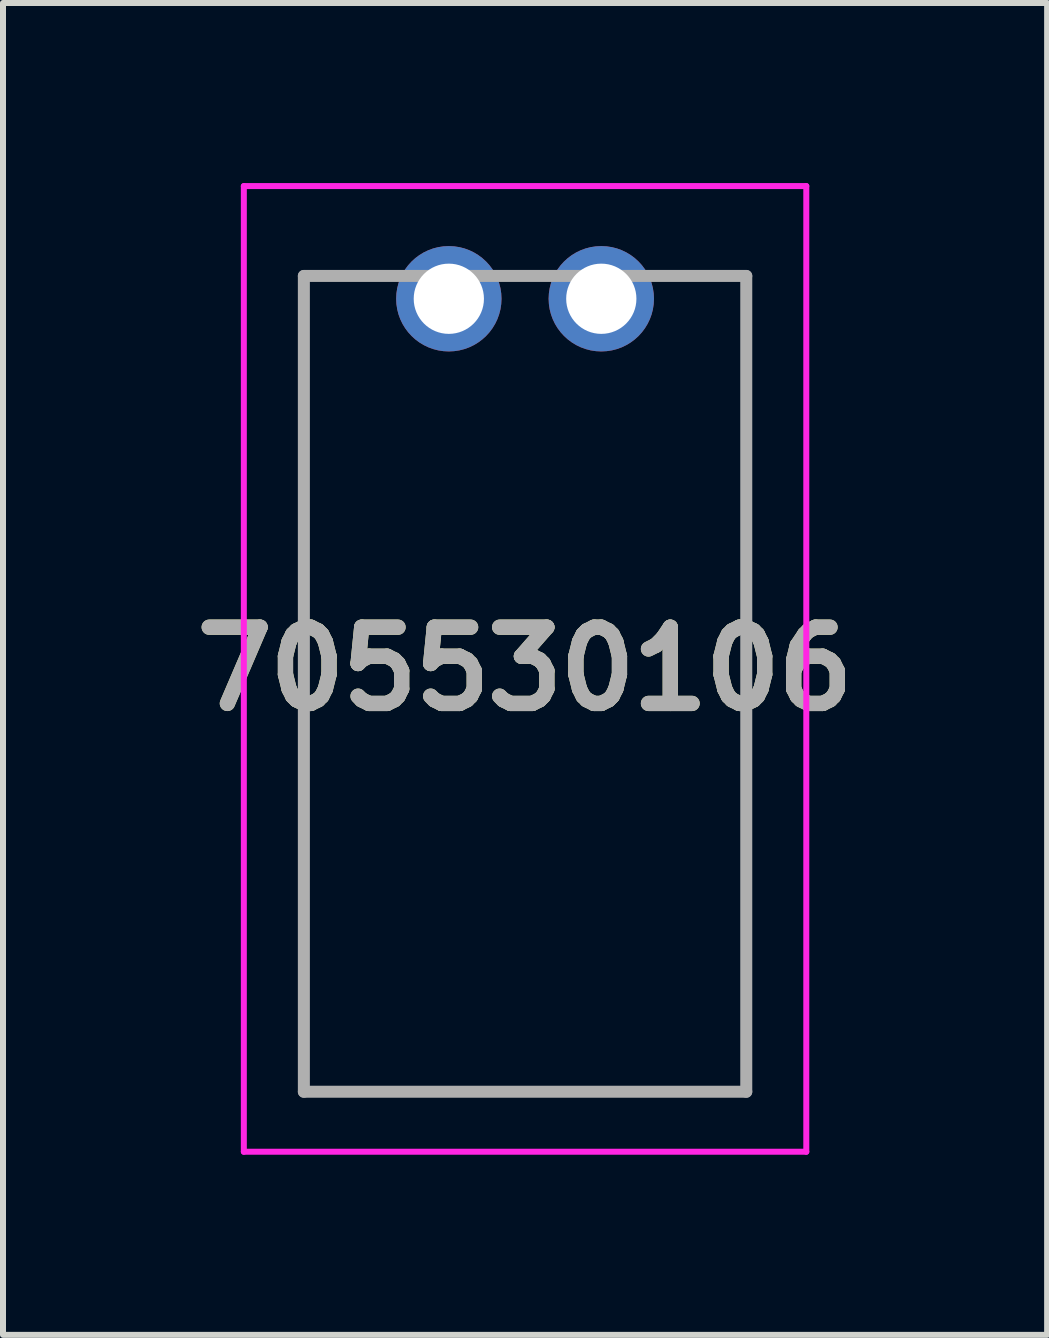
<source format=kicad_pcb>
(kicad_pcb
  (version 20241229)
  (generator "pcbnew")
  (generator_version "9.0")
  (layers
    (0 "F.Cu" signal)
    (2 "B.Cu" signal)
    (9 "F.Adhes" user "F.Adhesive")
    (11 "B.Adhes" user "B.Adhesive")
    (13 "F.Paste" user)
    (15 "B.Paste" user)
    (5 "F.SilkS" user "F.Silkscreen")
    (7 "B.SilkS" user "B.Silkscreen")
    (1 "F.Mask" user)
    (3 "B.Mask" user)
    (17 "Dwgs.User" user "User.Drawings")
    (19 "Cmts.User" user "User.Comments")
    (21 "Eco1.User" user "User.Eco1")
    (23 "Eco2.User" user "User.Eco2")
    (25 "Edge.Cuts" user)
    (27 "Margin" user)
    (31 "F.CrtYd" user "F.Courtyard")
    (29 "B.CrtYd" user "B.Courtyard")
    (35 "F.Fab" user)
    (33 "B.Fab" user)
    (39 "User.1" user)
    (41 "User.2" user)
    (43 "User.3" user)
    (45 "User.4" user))
  (footprint "705530106"
    (layer "F.Cu")
    (at 6.967 1.927)
    (property "Reference" "705530106" (at -1.27 6.167 0) (layer "F.SilkS") (effects (font (size 1.27 1.27) (thickness 0.254))))
    (attr through_hole)
    (fp_line (start -4.955 -0.38) (end -4.955 13.21) (stroke (width 0.1) (type solid)) (layer "F.SilkS"))
    (fp_line (start -4.955 13.21) (end 2.415 13.21) (stroke (width 0.1) (type solid)) (layer "F.SilkS"))
    (fp_line (start -3.81 -0.38) (end -4.955 -0.38) (stroke (width 0.1) (type solid)) (layer "F.SilkS"))
    (fp_line (start 2.415 -0.38) (end 1.27 -0.38) (stroke (width 0.1) (type solid)) (layer "F.SilkS"))
    (fp_line (start 2.415 13.21) (end 2.415 -0.38) (stroke (width 0.1) (type solid)) (layer "F.SilkS"))
    (fp_line (start -5.955 -1.877) (end -5.955 14.21) (stroke (width 0.1) (type solid)) (layer "F.CrtYd"))
    (fp_line (start -5.955 14.21) (end 3.415 14.21) (stroke (width 0.1) (type solid)) (layer "F.CrtYd"))
    (fp_line (start 3.415 -1.877) (end -5.955 -1.877) (stroke (width 0.1) (type solid)) (layer "F.CrtYd"))
    (fp_line (start 3.415 14.21) (end 3.415 -1.877) (stroke (width 0.1) (type solid)) (layer "F.CrtYd"))
    (fp_line (start -4.955 -0.38) (end -4.955 13.21) (stroke (width 0.2) (type solid)) (layer "F.Fab"))
    (fp_line (start -4.955 13.21) (end 2.415 13.21) (stroke (width 0.2) (type solid)) (layer "F.Fab"))
    (fp_line (start 2.415 -0.38) (end -4.955 -0.38) (stroke (width 0.2) (type solid)) (layer "F.Fab"))
    (fp_line (start 2.415 13.21) (end 2.415 -0.38) (stroke (width 0.2) (type solid)) (layer "F.Fab"))
    (fp_text user "${REFERENCE}" (at -1.27 6.167 0) (layer "F.Fab") (effects (font (size 1.27 1.27) (thickness 0.254))))
    (pad "1" thru_hole circle (at 0 0) (size 1.755 1.755) (drill 1.17) (layers "*.Cu" "*.Mask"))
    (pad "2" thru_hole circle (at -2.54 0) (size 1.755 1.755) (drill 1.17) (layers "*.Cu" "*.Mask")))
  (gr_rect
    (start -3 -3)
    (end 14.394 19.187)
    (stroke (width 0.1) (type default))
    (fill no)
    (layer "Edge.Cuts")))
</source>
